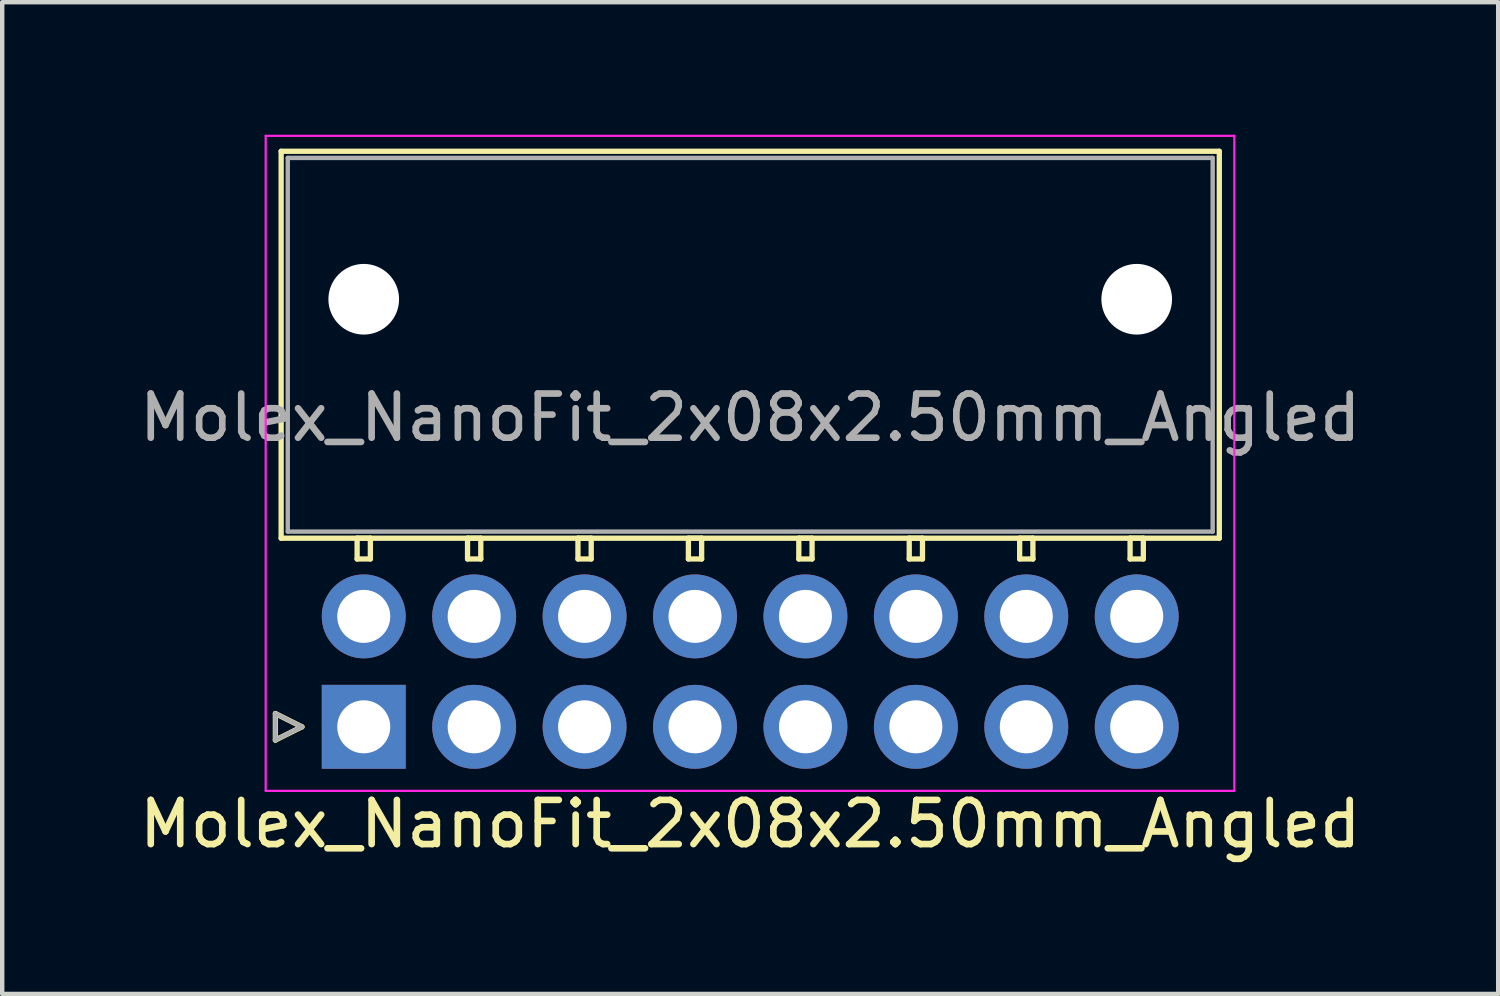
<source format=kicad_pcb>
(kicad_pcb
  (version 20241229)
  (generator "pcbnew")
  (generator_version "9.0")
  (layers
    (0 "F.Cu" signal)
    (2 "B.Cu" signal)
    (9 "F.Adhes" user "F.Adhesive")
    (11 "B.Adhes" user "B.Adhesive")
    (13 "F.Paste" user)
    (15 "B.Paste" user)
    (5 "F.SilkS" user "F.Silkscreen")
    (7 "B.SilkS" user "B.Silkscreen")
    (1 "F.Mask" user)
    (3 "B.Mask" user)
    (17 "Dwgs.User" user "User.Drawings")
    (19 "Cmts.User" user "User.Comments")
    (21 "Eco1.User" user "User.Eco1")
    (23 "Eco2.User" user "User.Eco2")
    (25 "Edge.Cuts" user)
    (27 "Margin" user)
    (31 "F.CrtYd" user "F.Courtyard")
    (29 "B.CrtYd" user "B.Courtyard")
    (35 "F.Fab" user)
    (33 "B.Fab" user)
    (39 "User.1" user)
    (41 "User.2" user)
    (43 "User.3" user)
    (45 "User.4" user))
  (footprint "Molex_NanoFit_2x08x2.50mm_Angled"
    (layer "F.Cu")
    (at 5.185 13.405)
    (property "Reference" "Molex_NanoFit_2x08x2.50mm_Angled" (at 8.75 2.2 0) (layer "F.SilkS") (effects (font (size 1 1) (thickness 0.15))))
    (attr through_hole)
    (fp_line (start -2 -0.3) (end -1.4 0) (stroke (width 0.12) (type solid)) (layer "F.SilkS"))
    (fp_line (start -2 0.3) (end -2 -0.3) (stroke (width 0.12) (type solid)) (layer "F.SilkS"))
    (fp_line (start -1.87 -13.03) (end -1.87 -4.27) (stroke (width 0.12) (type solid)) (layer "F.SilkS"))
    (fp_line (start -1.87 -4.27) (end 19.37 -4.27) (stroke (width 0.12) (type solid)) (layer "F.SilkS"))
    (fp_line (start -1.4 0) (end -2 0.3) (stroke (width 0.12) (type solid)) (layer "F.SilkS"))
    (fp_line (start -0.15 -4.27) (end -0.15 -3.8) (stroke (width 0.12) (type solid)) (layer "F.SilkS"))
    (fp_line (start -0.15 -3.8) (end 0.15 -3.8) (stroke (width 0.12) (type solid)) (layer "F.SilkS"))
    (fp_line (start 0.15 -4.27) (end -0.15 -4.27) (stroke (width 0.12) (type solid)) (layer "F.SilkS"))
    (fp_line (start 0.15 -3.8) (end 0.15 -4.27) (stroke (width 0.12) (type solid)) (layer "F.SilkS"))
    (fp_line (start 2.35 -4.27) (end 2.35 -3.8) (stroke (width 0.12) (type solid)) (layer "F.SilkS"))
    (fp_line (start 2.35 -3.8) (end 2.65 -3.8) (stroke (width 0.12) (type solid)) (layer "F.SilkS"))
    (fp_line (start 2.65 -4.27) (end 2.35 -4.27) (stroke (width 0.12) (type solid)) (layer "F.SilkS"))
    (fp_line (start 2.65 -3.8) (end 2.65 -4.27) (stroke (width 0.12) (type solid)) (layer "F.SilkS"))
    (fp_line (start 4.85 -4.27) (end 4.85 -3.8) (stroke (width 0.12) (type solid)) (layer "F.SilkS"))
    (fp_line (start 4.85 -3.8) (end 5.15 -3.8) (stroke (width 0.12) (type solid)) (layer "F.SilkS"))
    (fp_line (start 5.15 -4.27) (end 4.85 -4.27) (stroke (width 0.12) (type solid)) (layer "F.SilkS"))
    (fp_line (start 5.15 -3.8) (end 5.15 -4.27) (stroke (width 0.12) (type solid)) (layer "F.SilkS"))
    (fp_line (start 7.35 -4.27) (end 7.35 -3.8) (stroke (width 0.12) (type solid)) (layer "F.SilkS"))
    (fp_line (start 7.35 -3.8) (end 7.65 -3.8) (stroke (width 0.12) (type solid)) (layer "F.SilkS"))
    (fp_line (start 7.65 -4.27) (end 7.35 -4.27) (stroke (width 0.12) (type solid)) (layer "F.SilkS"))
    (fp_line (start 7.65 -3.8) (end 7.65 -4.27) (stroke (width 0.12) (type solid)) (layer "F.SilkS"))
    (fp_line (start 9.85 -4.27) (end 9.85 -3.8) (stroke (width 0.12) (type solid)) (layer "F.SilkS"))
    (fp_line (start 9.85 -3.8) (end 10.15 -3.8) (stroke (width 0.12) (type solid)) (layer "F.SilkS"))
    (fp_line (start 10.15 -4.27) (end 9.85 -4.27) (stroke (width 0.12) (type solid)) (layer "F.SilkS"))
    (fp_line (start 10.15 -3.8) (end 10.15 -4.27) (stroke (width 0.12) (type solid)) (layer "F.SilkS"))
    (fp_line (start 12.35 -4.27) (end 12.35 -3.8) (stroke (width 0.12) (type solid)) (layer "F.SilkS"))
    (fp_line (start 12.35 -3.8) (end 12.65 -3.8) (stroke (width 0.12) (type solid)) (layer "F.SilkS"))
    (fp_line (start 12.65 -4.27) (end 12.35 -4.27) (stroke (width 0.12) (type solid)) (layer "F.SilkS"))
    (fp_line (start 12.65 -3.8) (end 12.65 -4.27) (stroke (width 0.12) (type solid)) (layer "F.SilkS"))
    (fp_line (start 14.85 -4.27) (end 14.85 -3.8) (stroke (width 0.12) (type solid)) (layer "F.SilkS"))
    (fp_line (start 14.85 -3.8) (end 15.15 -3.8) (stroke (width 0.12) (type solid)) (layer "F.SilkS"))
    (fp_line (start 15.15 -4.27) (end 14.85 -4.27) (stroke (width 0.12) (type solid)) (layer "F.SilkS"))
    (fp_line (start 15.15 -3.8) (end 15.15 -4.27) (stroke (width 0.12) (type solid)) (layer "F.SilkS"))
    (fp_line (start 17.35 -4.27) (end 17.35 -3.8) (stroke (width 0.12) (type solid)) (layer "F.SilkS"))
    (fp_line (start 17.35 -3.8) (end 17.65 -3.8) (stroke (width 0.12) (type solid)) (layer "F.SilkS"))
    (fp_line (start 17.65 -4.27) (end 17.35 -4.27) (stroke (width 0.12) (type solid)) (layer "F.SilkS"))
    (fp_line (start 17.65 -3.8) (end 17.65 -4.27) (stroke (width 0.12) (type solid)) (layer "F.SilkS"))
    (fp_line (start 19.37 -13.03) (end -1.87 -13.03) (stroke (width 0.12) (type solid)) (layer "F.SilkS"))
    (fp_line (start 19.37 -4.27) (end 19.37 -13.03) (stroke (width 0.12) (type solid)) (layer "F.SilkS"))
    (fp_line (start -2.22 -13.38) (end -2.22 1.45) (stroke (width 0.05) (type solid)) (layer "F.CrtYd"))
    (fp_line (start -2.22 1.45) (end 19.71 1.45) (stroke (width 0.05) (type solid)) (layer "F.CrtYd"))
    (fp_line (start 19.71 -13.38) (end -2.22 -13.38) (stroke (width 0.05) (type solid)) (layer "F.CrtYd"))
    (fp_line (start 19.71 1.45) (end 19.71 -13.38) (stroke (width 0.05) (type solid)) (layer "F.CrtYd"))
    (fp_line (start -2 -0.3) (end -1.4 0) (stroke (width 0.1) (type solid)) (layer "F.Fab"))
    (fp_line (start -2 0.3) (end -2 -0.3) (stroke (width 0.1) (type solid)) (layer "F.Fab"))
    (fp_line (start -1.72 -12.88) (end -1.72 -4.42) (stroke (width 0.1) (type solid)) (layer "F.Fab"))
    (fp_line (start -1.72 -4.42) (end 19.22 -4.42) (stroke (width 0.1) (type solid)) (layer "F.Fab"))
    (fp_line (start -1.4 0) (end -2 0.3) (stroke (width 0.1) (type solid)) (layer "F.Fab"))
    (fp_line (start 19.22 -12.88) (end -1.72 -12.88) (stroke (width 0.1) (type solid)) (layer "F.Fab"))
    (fp_line (start 19.22 -4.42) (end 19.22 -12.88) (stroke (width 0.1) (type solid)) (layer "F.Fab"))
    (fp_text user "${REFERENCE}" (at 8.75 -7 0) (layer "F.Fab") (effects (font (size 1 1) (thickness 0.15))))
    (pad "" np_thru_hole circle (at 0 -9.68) (size 1.6 1.6) (drill 1.6) (layers "*.Cu" "*.Mask"))
    (pad "" np_thru_hole circle (at 17.5 -9.68) (size 1.6 1.6) (drill 1.6) (layers "*.Cu" "*.Mask"))
    (pad "1" thru_hole rect (at 0 0) (size 1.9 1.9) (drill 1.2) (layers "*.Cu" "*.Mask"))
    (pad "2" thru_hole circle (at 2.5 0) (size 1.9 1.9) (drill 1.2) (layers "*.Cu" "*.Mask"))
    (pad "3" thru_hole circle (at 5 0) (size 1.9 1.9) (drill 1.2) (layers "*.Cu" "*.Mask"))
    (pad "4" thru_hole circle (at 7.5 0) (size 1.9 1.9) (drill 1.2) (layers "*.Cu" "*.Mask"))
    (pad "5" thru_hole circle (at 10 0) (size 1.9 1.9) (drill 1.2) (layers "*.Cu" "*.Mask"))
    (pad "6" thru_hole circle (at 12.5 0) (size 1.9 1.9) (drill 1.2) (layers "*.Cu" "*.Mask"))
    (pad "7" thru_hole circle (at 15 0) (size 1.9 1.9) (drill 1.2) (layers "*.Cu" "*.Mask"))
    (pad "8" thru_hole circle (at 17.5 0) (size 1.9 1.9) (drill 1.2) (layers "*.Cu" "*.Mask"))
    (pad "9" thru_hole circle (at 0 -2.5) (size 1.9 1.9) (drill 1.2) (layers "*.Cu" "*.Mask"))
    (pad "10" thru_hole circle (at 2.5 -2.5) (size 1.9 1.9) (drill 1.2) (layers "*.Cu" "*.Mask"))
    (pad "11" thru_hole circle (at 5 -2.5) (size 1.9 1.9) (drill 1.2) (layers "*.Cu" "*.Mask"))
    (pad "12" thru_hole circle (at 7.5 -2.5) (size 1.9 1.9) (drill 1.2) (layers "*.Cu" "*.Mask"))
    (pad "13" thru_hole circle (at 10 -2.5) (size 1.9 1.9) (drill 1.2) (layers "*.Cu" "*.Mask"))
    (pad "14" thru_hole circle (at 12.5 -2.5) (size 1.9 1.9) (drill 1.2) (layers "*.Cu" "*.Mask"))
    (pad "15" thru_hole circle (at 15 -2.5) (size 1.9 1.9) (drill 1.2) (layers "*.Cu" "*.Mask"))
    (pad "16" thru_hole circle (at 17.5 -2.5) (size 1.9 1.9) (drill 1.2) (layers "*.Cu" "*.Mask")))
  (gr_rect
    (start -3 -3)
    (end 30.869 19.453)
    (stroke (width 0.1) (type default))
    (fill no)
    (layer "Edge.Cuts")))
</source>
